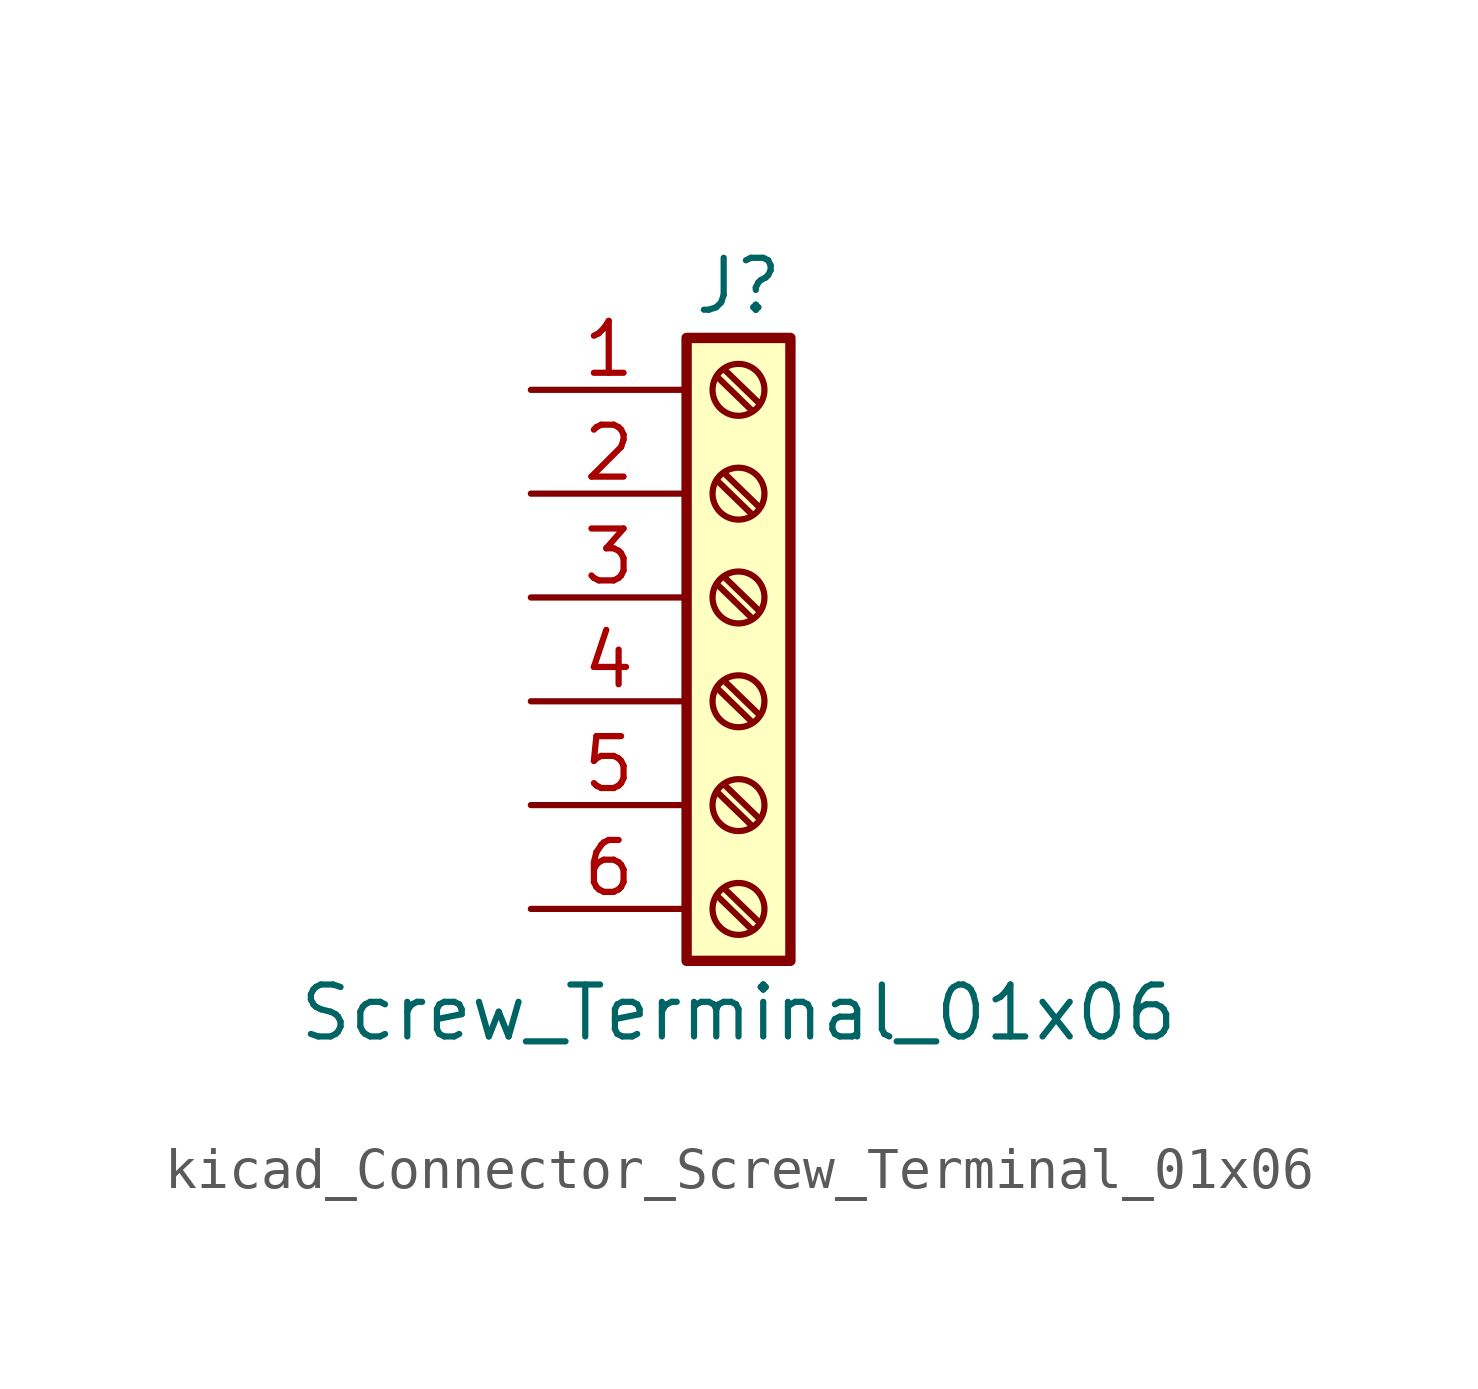
<source format=kicad_sym>
(kicad_symbol_lib
  (version 20220914)
  (generator kicad_symbol_editor)
  (symbol "kicad_Connector_Screw_Terminal_01x06"
    (pin_names
      (offset 1.016) hide)
    (property "Reference" "J"
      (at 0 7.62 0)
      (effects (font (size 1.27 1.27))))
    (property "Value" "Screw_Terminal_01x06"
      (at 0 -10.16 0)
      (effects (font (size 1.27 1.27))))
    (symbol "kicad_Connector_Screw_Terminal_01x06_1_1"
      (rectangle (start -1.27 6.35) (end 1.27 -8.89) (stroke (width 0.254) (type default)) (fill (type background)))
      (circle (center 0 -7.62) (radius 0.635) (stroke (width 0.152) (type default)) (fill (type none)))
      (circle (center 0 -5.08) (radius 0.635) (stroke (width 0.152) (type default)) (fill (type none)))
      (circle (center 0 -2.54) (radius 0.635) (stroke (width 0.152) (type default)) (fill (type none)))
      (polyline (pts (xy -0.533 -7.29) (xy 0.33 -8.128)) (stroke (width 0.152) (type default)) (fill (type none)))
      (polyline (pts (xy -0.533 -4.75) (xy 0.33 -5.588)) (stroke (width 0.152) (type default)) (fill (type none)))
      (polyline (pts (xy -0.533 -2.21) (xy 0.33 -3.048)) (stroke (width 0.152) (type default)) (fill (type none)))
      (polyline (pts (xy -0.533 0.33) (xy 0.33 -0.508)) (stroke (width 0.152) (type default)) (fill (type none)))
      (polyline (pts (xy -0.533 2.87) (xy 0.33 2.032)) (stroke (width 0.152) (type default)) (fill (type none)))
      (polyline (pts (xy -0.533 5.41) (xy 0.33 4.572)) (stroke (width 0.152) (type default)) (fill (type none)))
      (polyline (pts (xy -0.356 -7.112) (xy 0.508 -7.95)) (stroke (width 0.152) (type default)) (fill (type none)))
      (polyline (pts (xy -0.356 -4.572) (xy 0.508 -5.41)) (stroke (width 0.152) (type default)) (fill (type none)))
      (polyline (pts (xy -0.356 -2.032) (xy 0.508 -2.87)) (stroke (width 0.152) (type default)) (fill (type none)))
      (polyline (pts (xy -0.356 0.508) (xy 0.508 -0.33)) (stroke (width 0.152) (type default)) (fill (type none)))
      (polyline (pts (xy -0.356 3.048) (xy 0.508 2.21)) (stroke (width 0.152) (type default)) (fill (type none)))
      (polyline (pts (xy -0.356 5.588) (xy 0.508 4.75)) (stroke (width 0.152) (type default)) (fill (type none)))
      (circle (center 0 0) (radius 0.635) (stroke (width 0.152) (type default)) (fill (type none)))
      (circle (center 0 2.54) (radius 0.635) (stroke (width 0.152) (type default)) (fill (type none)))
      (circle (center 0 5.08) (radius 0.635) (stroke (width 0.152) (type default)) (fill (type none)))
      (pin passive line (at -5.08 5.08 0) (length 3.81) (name "Pin_1" (effects (font (size 1.27 1.27)))) (number "1" (effects (font (size 1.27 1.27)))))
      (pin passive line (at -5.08 2.54 0) (length 3.81) (name "Pin_2" (effects (font (size 1.27 1.27)))) (number "2" (effects (font (size 1.27 1.27)))))
      (pin passive line (at -5.08 0 0) (length 3.81) (name "Pin_3" (effects (font (size 1.27 1.27)))) (number "3" (effects (font (size 1.27 1.27)))))
      (pin passive line (at -5.08 -2.54 0) (length 3.81) (name "Pin_4" (effects (font (size 1.27 1.27)))) (number "4" (effects (font (size 1.27 1.27)))))
      (pin passive line (at -5.08 -5.08 0) (length 3.81) (name "Pin_5" (effects (font (size 1.27 1.27)))) (number "5" (effects (font (size 1.27 1.27)))))
      (pin passive line (at -5.08 -7.62 0) (length 3.81) (name "Pin_6" (effects (font (size 1.27 1.27)))) (number "6" (effects (font (size 1.27 1.27))))))))
</source>
